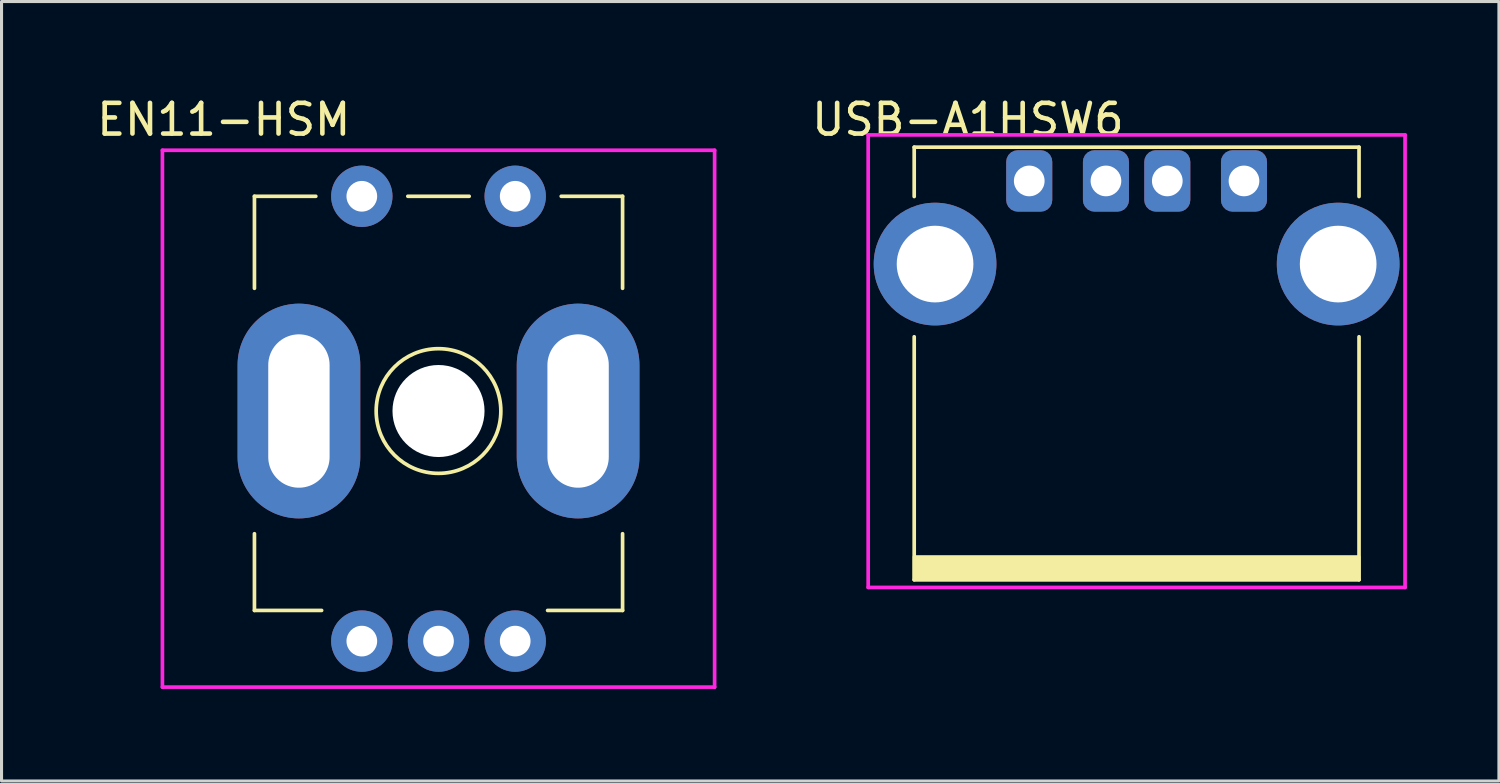
<source format=kicad_pcb>
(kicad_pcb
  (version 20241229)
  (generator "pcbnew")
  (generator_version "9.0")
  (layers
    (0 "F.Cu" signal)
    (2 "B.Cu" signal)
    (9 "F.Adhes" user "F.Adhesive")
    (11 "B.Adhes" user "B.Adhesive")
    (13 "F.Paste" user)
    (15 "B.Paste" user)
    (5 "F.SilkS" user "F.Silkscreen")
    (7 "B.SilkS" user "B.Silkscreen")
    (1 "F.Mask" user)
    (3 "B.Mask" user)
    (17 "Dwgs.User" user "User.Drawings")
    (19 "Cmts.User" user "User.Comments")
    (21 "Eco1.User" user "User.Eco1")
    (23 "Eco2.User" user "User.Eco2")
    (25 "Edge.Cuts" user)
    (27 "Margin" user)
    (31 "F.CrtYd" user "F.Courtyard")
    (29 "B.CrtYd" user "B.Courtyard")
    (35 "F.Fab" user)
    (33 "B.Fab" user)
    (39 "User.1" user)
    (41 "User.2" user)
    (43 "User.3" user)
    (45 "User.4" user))
  (footprint "USB-A1HSW6"
    (layer "F.Cu")
    (at 34 2.848)
    (property "Reference" "USB-A1HSW6" (at -5.5 -2 0) (layer "F.SilkS") (effects (font (size 1 1) (thickness 0.15))))
    (attr through_hole)
    (fp_line (start -7.25 -1.1) (end -7.25 0.508) (stroke (width 0.12) (type solid)) (layer "F.SilkS"))
    (fp_line (start -7.25 -1.1) (end 7.25 -1.1) (stroke (width 0.12) (type solid)) (layer "F.SilkS"))
    (fp_line (start -7.25 5.08) (end -7.25 13) (stroke (width 0.12) (type solid)) (layer "F.SilkS"))
    (fp_line (start -7.25 13) (end 7.25 13) (stroke (width 0.12) (type solid)) (layer "F.SilkS"))
    (fp_line (start 7.25 0.508) (end 7.25 -1.1) (stroke (width 0.12) (type solid)) (layer "F.SilkS"))
    (fp_line (start 7.25 13) (end 7.25 5.08) (stroke (width 0.12) (type solid)) (layer "F.SilkS"))
    (fp_poly (pts (xy 7.25 13) (xy -7.25 13) (xy -7.25 12.25) (xy 7.25 12.25)) (stroke (width 0.1) (type solid)) (fill yes) (layer "F.SilkS"))
    (fp_line (start -8.75 -1.5) (end 8.75 -1.5) (stroke (width 0.12) (type solid)) (layer "F.CrtYd"))
    (fp_line (start -8.75 13.25) (end -8.75 -1.5) (stroke (width 0.12) (type solid)) (layer "F.CrtYd"))
    (fp_line (start 8.75 -1.5) (end 8.75 13.25) (stroke (width 0.12) (type solid)) (layer "F.CrtYd"))
    (fp_line (start 8.75 13.25) (end -8.75 13.25) (stroke (width 0.12) (type solid)) (layer "F.CrtYd"))
    (pad "1" thru_hole roundrect (at -3.5 0) (size 1.5 2) (drill 1) (layers "*.Cu" "*.Mask") (roundrect_rratio 0.25))
    (pad "2" thru_hole roundrect (at -1 0) (size 1.5 2) (drill 1) (layers "*.Cu" "*.Mask") (roundrect_rratio 0.25))
    (pad "3" thru_hole roundrect (at 1 0) (size 1.5 2) (drill 1) (layers "*.Cu" "*.Mask") (roundrect_rratio 0.25))
    (pad "4" thru_hole roundrect (at 3.5 0) (size 1.5 2) (drill 1) (layers "*.Cu" "*.Mask") (roundrect_rratio 0.25))
    (pad "5" thru_hole circle (at -6.57 2.71) (size 4 4) (drill 2.5) (layers "*.Cu" "*.Mask"))
    (pad "5" thru_hole circle (at 6.57 2.71) (size 4 4) (drill 2.5) (layers "*.Cu" "*.Mask")))
  (footprint "EN11-HSM"
    (layer "F.Cu")
    (at 11.244 10.348)
    (property "Reference" "EN11-HSM" (at -7 -9.5 0) (layer "F.SilkS") (effects (font (size 1 1) (thickness 0.15))))
    (attr through_hole)
    (fp_line (start -6 -7) (end -6 -4) (stroke (width 0.12) (type solid)) (layer "F.SilkS"))
    (fp_line (start -6 6.5) (end -6 4) (stroke (width 0.12) (type solid)) (layer "F.SilkS"))
    (fp_line (start -6 6.5) (end -3.81 6.5) (stroke (width 0.12) (type solid)) (layer "F.SilkS"))
    (fp_line (start -4 -7) (end -6 -7) (stroke (width 0.12) (type solid)) (layer "F.SilkS"))
    (fp_line (start -1 -7) (end 1 -7) (stroke (width 0.12) (type solid)) (layer "F.SilkS"))
    (fp_line (start 4 -7) (end 6 -7) (stroke (width 0.12) (type solid)) (layer "F.SilkS"))
    (fp_line (start 6 -4) (end 6 -7) (stroke (width 0.12) (type solid)) (layer "F.SilkS"))
    (fp_line (start 6 4) (end 6 6.5) (stroke (width 0.12) (type solid)) (layer "F.SilkS"))
    (fp_line (start 6 6.5) (end 3.556 6.5) (stroke (width 0.12) (type solid)) (layer "F.SilkS"))
    (fp_circle (center 0 0) (end 2.032 0) (stroke (width 0.12) (type solid)) (fill no) (layer "F.SilkS"))
    (fp_line (start -9 -8.5) (end -9 9) (stroke (width 0.12) (type solid)) (layer "F.CrtYd"))
    (fp_line (start -9 9) (end 9 9) (stroke (width 0.12) (type solid)) (layer "F.CrtYd"))
    (fp_line (start 9 -8.5) (end -9 -8.5) (stroke (width 0.12) (type solid)) (layer "F.CrtYd"))
    (fp_line (start 9 9) (end 9 -8.5) (stroke (width 0.12) (type solid)) (layer "F.CrtYd"))
    (pad "" thru_hole oval (at -4.55 0) (size 4 7) (drill oval 2 5) (layers "*.Cu" "*.Mask"))
    (pad "" np_thru_hole circle (at 0 0) (size 3 3) (drill 3) (layers "*.Cu" "*.Mask"))
    (pad "" thru_hole oval (at 4.55 0) (size 4 7) (drill oval 2 5) (layers "*.Cu" "*.Mask"))
    (pad "A" thru_hole circle (at -2.5 7.5) (size 2 2) (drill 1) (layers "*.Cu" "*.Mask"))
    (pad "B" thru_hole circle (at 2.5 7.5) (size 2 2) (drill 1) (layers "*.Cu" "*.Mask"))
    (pad "C" thru_hole circle (at 0 7.5) (size 2 2) (drill 1) (layers "*.Cu" "*.Mask"))
    (pad "S1" thru_hole circle (at -2.5 -7) (size 2 2) (drill 1) (layers "*.Cu" "*.Mask"))
    (pad "S2" thru_hole circle (at 2.5 -7) (size 2 2) (drill 1) (layers "*.Cu" "*.Mask")))
  (gr_rect
    (start -3 -3)
    (end 45.81 22.408)
    (stroke (width 0.1) (type default))
    (fill no)
    (layer "Edge.Cuts")))
</source>
